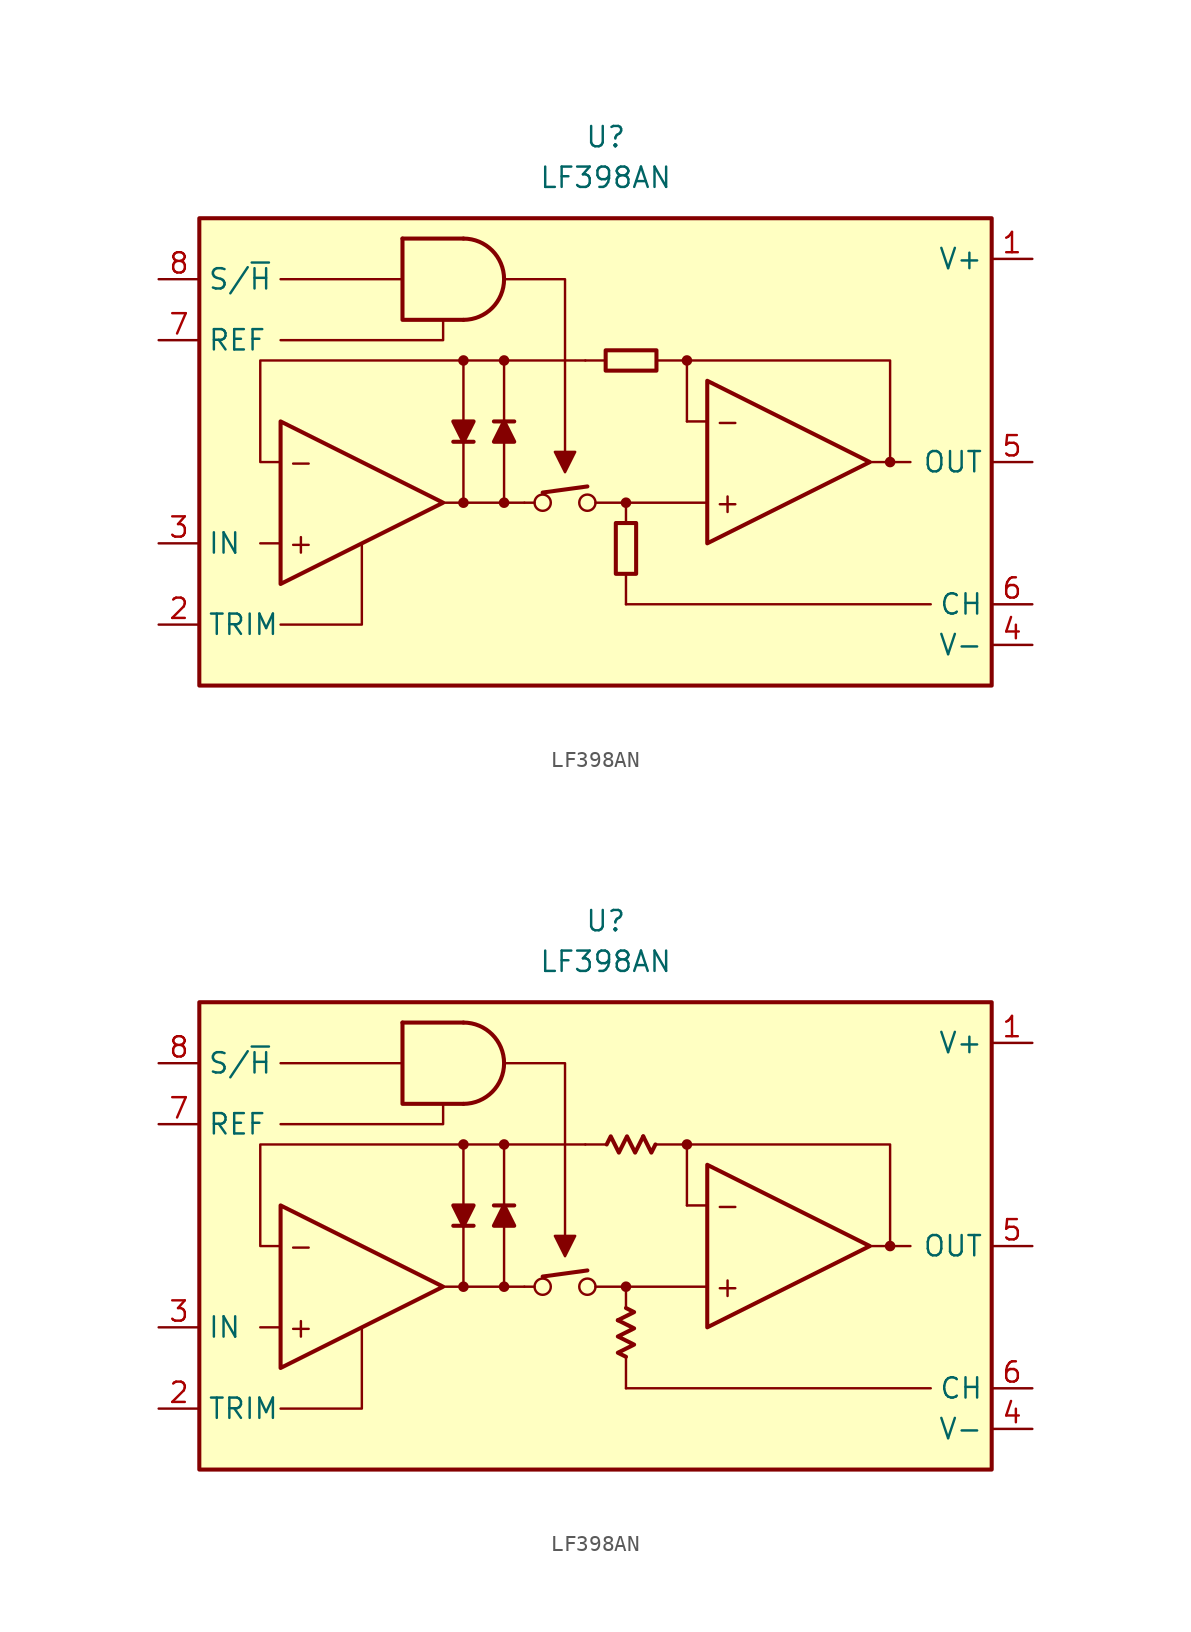
<source format=kicad_sym>
(kicad_symbol_lib
  (version 20231120)
  (generator "kicad_symbol_editor")
  (generator_version "8.0")
  (symbol "LF398AN"
    (property "Reference" "U"
      (at 0 20.32 0)
      (effects (font (size 1.27 1.27))))
    (property "Value" "LF398AN"
      (at 0 17.78 0)
      (effects (font (size 1.27 1.27))))
    (symbol "LF398AN_0_0"
      (circle (center -8.89 -2.54) (radius 0.254) (stroke (width 0.152) (type default)) (fill (type outline)))
      (circle (center -8.89 6.35) (radius 0.254) (stroke (width 0.152) (type default)) (fill (type outline)))
      (circle (center -6.35 -2.54) (radius 0.254) (stroke (width 0.152) (type default)) (fill (type outline)))
      (circle (center -6.35 6.35) (radius 0.254) (stroke (width 0.152) (type default)) (fill (type outline)))
      (circle (center -3.937 -2.54) (radius 0.508) (stroke (width 0) (type default)) (fill (type none)))
      (circle (center -1.143 -2.54) (radius 0.508) (stroke (width 0) (type default)) (fill (type none)))
      (polyline (pts (xy -20.32 -5.08) (xy -21.59 -5.08)) (stroke (width 0.152) (type default)) (fill (type none)))
      (polyline (pts (xy -12.7 11.43) (xy -20.32 11.43)) (stroke (width 0.152) (type default)) (fill (type none)))
      (polyline (pts (xy -5.08 -2.54) (xy -4.445 -2.54)) (stroke (width 0.152) (type default)) (fill (type none)))
      (polyline (pts (xy -3.937 -1.905) (xy -1.143 -1.524)) (stroke (width 0.254) (type default)) (fill (type none)))
      (polyline (pts (xy 0 6.35) (xy -1.27 6.35)) (stroke (width 0.152) (type default)) (fill (type none)))
      (polyline (pts (xy 1.27 -6.985) (xy 1.27 -8.89)) (stroke (width 0.152) (type default)) (fill (type none)))
      (polyline (pts (xy 16.51 0) (xy 17.78 0)) (stroke (width 0.152) (type default)) (fill (type none)))
      (polyline (pts (xy 17.78 0) (xy 19.05 0)) (stroke (width 0.152) (type default)) (fill (type none)))
      (polyline (pts (xy -20.32 -10.16) (xy -15.24 -10.16) (xy -15.24 -5.08)) (stroke (width 0.152) (type default)) (fill (type none)))
      (polyline (pts (xy -10.16 8.89) (xy -10.16 7.62) (xy -20.32 7.62)) (stroke (width 0.152) (type default)) (fill (type none)))
      (polyline (pts (xy -6.35 11.43) (xy -2.54 11.43) (xy -2.54 0)) (stroke (width 0.152) (type default)) (fill (type none)))
      (polyline (pts (xy -2.54 -0.635) (xy -3.175 0.635) (xy -1.905 0.635) (xy -2.54 -0.635)) (stroke (width 0.152) (type default)) (fill (type outline)))
      (circle (center 1.27 -2.54) (radius 0.254) (stroke (width 0.152) (type default)) (fill (type outline)))
      (circle (center 5.08 6.35) (radius 0.254) (stroke (width 0.152) (type default)) (fill (type outline)))
      (circle (center 17.78 0) (radius 0.254) (stroke (width 0.152) (type default)) (fill (type outline)))
      (text "+" (at -19.05 -5.08 0) (effects (font (size 1.27 1.27))))
      (text "+" (at 7.62 -2.54 0) (effects (font (size 1.27 1.27))))
      (text "-" (at -19.05 0 0) (effects (font (size 1.27 1.27))))
      (text "-" (at 7.62 2.54 0) (effects (font (size 1.27 1.27)))))
    (symbol "LF398AN_0_1"
      (rectangle (start 0 5.715) (end 3.175 6.985) (stroke (width 0.254) (type default)) (fill (type none)))
      (rectangle (start 0.635 -3.81) (end 1.905 -6.985) (stroke (width 0.254) (type default)) (fill (type none))))
    (symbol "LF398AN_0_2"
      (polyline (pts (xy 0.762 -4.636) (xy 1.778 -4.128) (xy 1.27 -3.873)) (stroke (width 0.254) (type default)) (fill (type none)))
      (polyline (pts (xy 2.349 6.858) (xy 2.857 5.842) (xy 3.111 6.35)) (stroke (width 0.254) (type default)) (fill (type none)))
      (polyline (pts (xy 0.064 6.35) (xy 0.318 6.858) (xy 0.826 5.842) (xy 1.333 6.858) (xy 1.841 5.842) (xy 2.349 6.858)) (stroke (width 0.254) (type default)) (fill (type none)))
      (polyline (pts (xy 1.27 -6.921) (xy 0.762 -6.668) (xy 1.778 -6.16) (xy 0.762 -5.652) (xy 1.778 -5.144) (xy 0.762 -4.636)) (stroke (width 0.254) (type default)) (fill (type none))))
    (symbol "LF398AN_1_0"
      (rectangle (start -25.4 15.24) (end 24.13 -13.97) (stroke (width 0.254) (type default)) (fill (type background)))
      (arc (start -8.89 8.89) (mid -6.361 11.43) (end -8.89 13.97) (stroke (width 0.254) (type default)) (fill (type none)))
      (polyline (pts (xy -12.7 13.97) (xy -8.89 13.97)) (stroke (width 0.254) (type default)) (fill (type none)))
      (polyline (pts (xy -9.525 1.27) (xy -8.255 1.27)) (stroke (width 0.254) (type default)) (fill (type none)))
      (polyline (pts (xy -8.89 1.27) (xy -8.89 -2.54)) (stroke (width 0.152) (type default)) (fill (type none)))
      (polyline (pts (xy -8.89 2.54) (xy -8.89 6.35)) (stroke (width 0.152) (type default)) (fill (type none)))
      (polyline (pts (xy -6.35 1.27) (xy -6.35 -2.54)) (stroke (width 0.152) (type default)) (fill (type none)))
      (polyline (pts (xy -6.35 2.54) (xy -6.35 6.35)) (stroke (width 0.152) (type default)) (fill (type none)))
      (polyline (pts (xy -5.715 2.54) (xy -6.985 2.54)) (stroke (width 0.254) (type default)) (fill (type none)))
      (polyline (pts (xy -5.08 -2.54) (xy -10.16 -2.54)) (stroke (width 0.152) (type default)) (fill (type none)))
      (polyline (pts (xy 1.27 -8.89) (xy 20.32 -8.89)) (stroke (width 0.152) (type default)) (fill (type none)))
      (polyline (pts (xy 1.27 -3.81) (xy 1.27 -2.54)) (stroke (width 0.152) (type default)) (fill (type none)))
      (polyline (pts (xy 5.08 2.54) (xy 5.08 6.35)) (stroke (width 0.152) (type default)) (fill (type none)))
      (polyline (pts (xy 6.35 -2.54) (xy -0.635 -2.54)) (stroke (width 0.152) (type default)) (fill (type none)))
      (polyline (pts (xy 6.35 2.54) (xy 5.08 2.54)) (stroke (width 0.152) (type default)) (fill (type none)))
      (polyline (pts (xy -12.7 13.97) (xy -12.7 8.89) (xy -8.89 8.89)) (stroke (width 0.254) (type default)) (fill (type none)))
      (polyline (pts (xy 3.175 6.35) (xy 17.78 6.35) (xy 17.78 0)) (stroke (width 0.152) (type default)) (fill (type none)))
      (polyline (pts (xy -20.32 2.54) (xy -20.32 -7.62) (xy -10.16 -2.54) (xy -20.32 2.54)) (stroke (width 0.254) (type default)) (fill (type none)))
      (polyline (pts (xy -8.89 1.27) (xy -9.525 2.54) (xy -8.255 2.54) (xy -8.89 1.27)) (stroke (width 0.254) (type default)) (fill (type outline)))
      (polyline (pts (xy -6.35 2.54) (xy -5.715 1.27) (xy -6.985 1.27) (xy -6.35 2.54)) (stroke (width 0.254) (type default)) (fill (type outline)))
      (polyline (pts (xy -1.27 6.35) (xy -21.59 6.35) (xy -21.59 0) (xy -20.32 0)) (stroke (width 0.152) (type default)) (fill (type none)))
      (polyline (pts (xy 6.35 5.08) (xy 6.35 -5.08) (xy 16.51 0) (xy 6.35 5.08)) (stroke (width 0.254) (type default)) (fill (type none))))
    (symbol "LF398AN_1_1"
      (pin power_in line (at 26.67 12.7 180) (length 2.54) (name "V+" (effects (font (size 1.27 1.27)))) (number "1" (effects (font (size 1.27 1.27)))))
      (pin passive line (at -27.94 -10.16 0) (length 2.54) (name "TRIM" (effects (font (size 1.27 1.27)))) (number "2" (effects (font (size 1.27 1.27)))))
      (pin input line (at -27.94 -5.08 0) (length 2.54) (name "IN" (effects (font (size 1.27 1.27)))) (number "3" (effects (font (size 1.27 1.27)))))
      (pin power_in line (at 26.67 -11.43 180) (length 2.54) (name "V-" (effects (font (size 1.27 1.27)))) (number "4" (effects (font (size 1.27 1.27)))))
      (pin output line (at 26.67 0 180) (length 2.54) (name "OUT" (effects (font (size 1.27 1.27)))) (number "5" (effects (font (size 1.27 1.27)))))
      (pin passive line (at 26.67 -8.89 180) (length 2.54) (name "CH" (effects (font (size 1.27 1.27)))) (number "6" (effects (font (size 1.27 1.27)))))
      (pin input line (at -27.94 7.62 0) (length 2.54) (name "REF" (effects (font (size 1.27 1.27)))) (number "7" (effects (font (size 1.27 1.27)))))
      (pin input line (at -27.94 11.43 0) (length 2.54) (name "S/~{H}" (effects (font (size 1.27 1.27)))) (number "8" (effects (font (size 1.27 1.27))))))
    (symbol "LF398AN_1_2"
      (pin power_in line (at 26.67 12.7 180) (length 2.54) (name "V+" (effects (font (size 1.27 1.27)))) (number "1" (effects (font (size 1.27 1.27)))))
      (pin passive line (at -27.94 -10.16 0) (length 2.54) (name "TRIM" (effects (font (size 1.27 1.27)))) (number "2" (effects (font (size 1.27 1.27)))))
      (pin input line (at -27.94 -5.08 0) (length 2.54) (name "IN" (effects (font (size 1.27 1.27)))) (number "3" (effects (font (size 1.27 1.27)))))
      (pin power_in line (at 26.67 -11.43 180) (length 2.54) (name "V-" (effects (font (size 1.27 1.27)))) (number "4" (effects (font (size 1.27 1.27)))))
      (pin output line (at 26.67 0 180) (length 2.54) (name "OUT" (effects (font (size 1.27 1.27)))) (number "5" (effects (font (size 1.27 1.27)))))
      (pin passive line (at 26.67 -8.89 180) (length 2.54) (name "CH" (effects (font (size 1.27 1.27)))) (number "6" (effects (font (size 1.27 1.27)))))
      (pin input line (at -27.94 7.62 0) (length 2.54) (name "REF" (effects (font (size 1.27 1.27)))) (number "7" (effects (font (size 1.27 1.27)))))
      (pin input line (at -27.94 11.43 0) (length 2.54) (name "S/~{H}" (effects (font (size 1.27 1.27)))) (number "8" (effects (font (size 1.27 1.27))))))))
</source>
